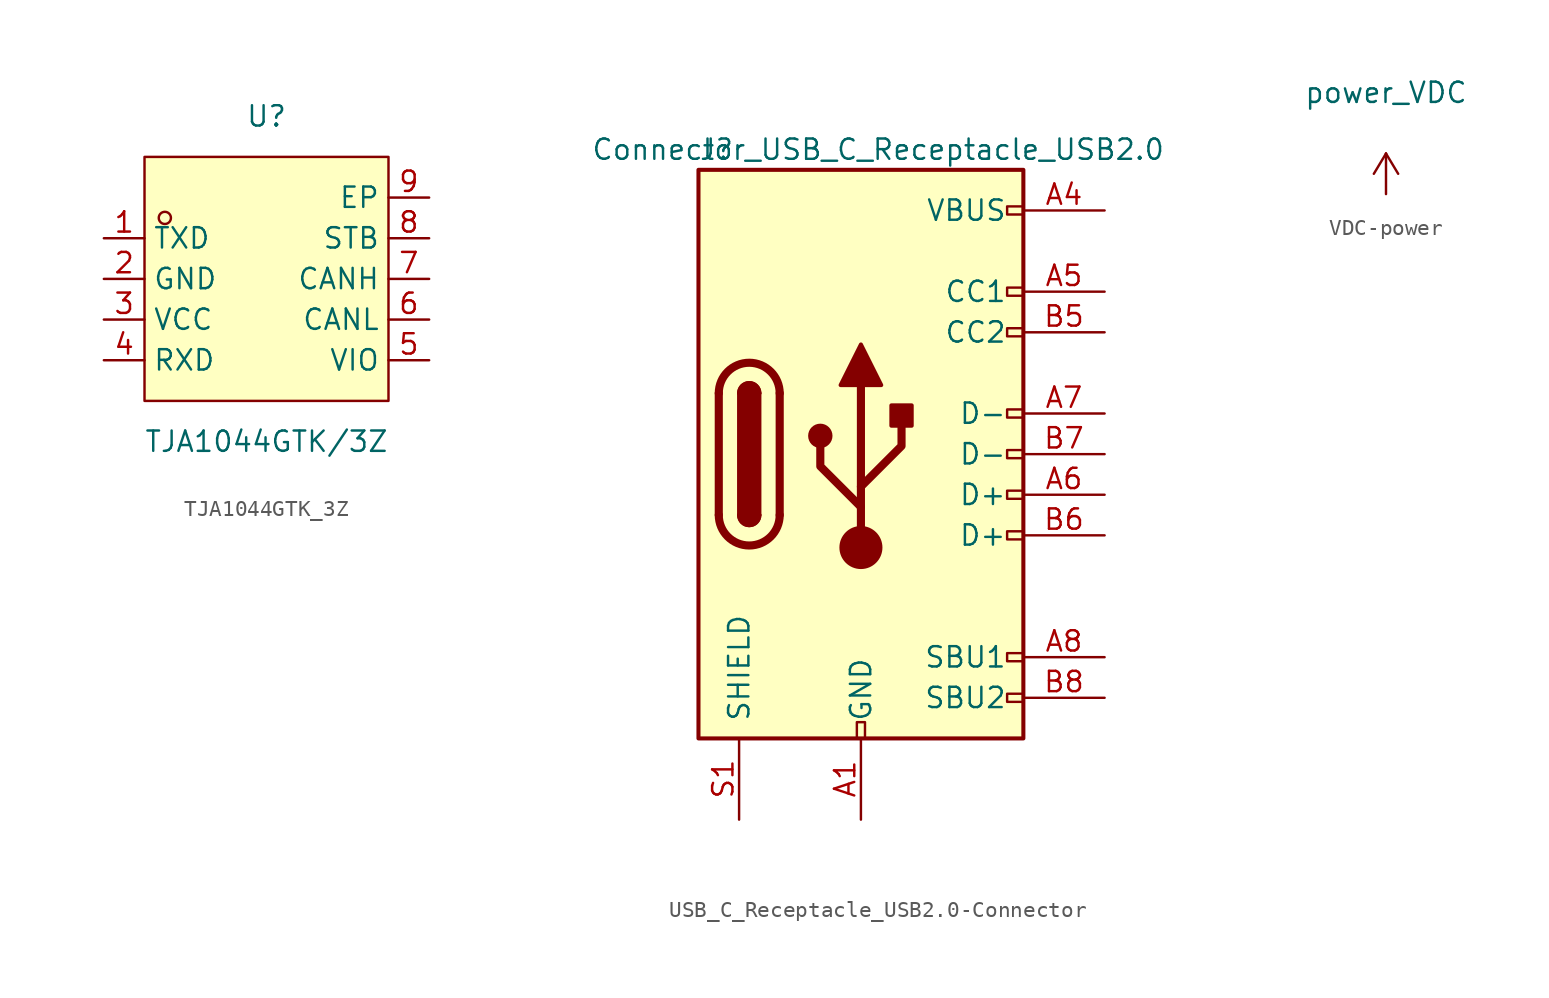
<source format=kicad_sym>
(kicad_symbol_lib
  (version 20241209)
  (generator "kicad_symbol_editor")
  (generator_version "9.0")
  (symbol "TJA1044GTK_3Z"
    (property "Reference" "U"
      (at 0 10.16 0)
      (effects (font (size 1.27 1.27))))
    (property "Value" "TJA1044GTK/3Z"
      (at 0 -10.16 0)
      (effects (font (size 1.27 1.27))))
    (symbol "TJA1044GTK_3Z_0_1"
      (rectangle (start -7.62 7.62) (end 7.62 -7.62) (stroke (width 0) (type default)) (fill (type background)))
      (circle (center -6.35 3.81) (radius 0.38) (stroke (width 0) (type default)) (fill (type none)))
      (pin unspecified line (at -10.16 2.54 0) (length 2.54) (name "TXD" (effects (font (size 1.27 1.27)))) (number "1" (effects (font (size 1.27 1.27)))))
      (pin unspecified line (at -10.16 0 0) (length 2.54) (name "GND" (effects (font (size 1.27 1.27)))) (number "2" (effects (font (size 1.27 1.27)))))
      (pin unspecified line (at -10.16 -2.54 0) (length 2.54) (name "VCC" (effects (font (size 1.27 1.27)))) (number "3" (effects (font (size 1.27 1.27)))))
      (pin unspecified line (at -10.16 -5.08 0) (length 2.54) (name "RXD" (effects (font (size 1.27 1.27)))) (number "4" (effects (font (size 1.27 1.27)))))
      (pin unspecified line (at 10.16 5.08 180) (length 2.54) (name "EP" (effects (font (size 1.27 1.27)))) (number "9" (effects (font (size 1.27 1.27)))))
      (pin unspecified line (at 10.16 2.54 180) (length 2.54) (name "STB" (effects (font (size 1.27 1.27)))) (number "8" (effects (font (size 1.27 1.27)))))
      (pin unspecified line (at 10.16 0 180) (length 2.54) (name "CANH" (effects (font (size 1.27 1.27)))) (number "7" (effects (font (size 1.27 1.27)))))
      (pin unspecified line (at 10.16 -2.54 180) (length 2.54) (name "CANL" (effects (font (size 1.27 1.27)))) (number "6" (effects (font (size 1.27 1.27)))))
      (pin unspecified line (at 10.16 -5.08 180) (length 2.54) (name "VIO" (effects (font (size 1.27 1.27)))) (number "5" (effects (font (size 1.27 1.27)))))))
  (symbol "USB_C_Receptacle_USB2.0-Connector"
    (pin_names
      (offset 1.016))
    (property "Reference" "J"
      (at -10.16 19.05 0)
      (effects (font (size 1.27 1.27)) (justify left)))
    (property "Value" "Connector_USB_C_Receptacle_USB2.0"
      (at 19.05 19.05 0)
      (effects (font (size 1.27 1.27)) (justify right)))
    (symbol "USB_C_Receptacle_USB2.0-Connector_0_0"
      (rectangle (start -0.254 -17.78) (end 0.254 -16.764) (stroke (width 0) (type solid)) (fill (type none)))
      (rectangle (start 10.16 15.494) (end 9.144 14.986) (stroke (width 0) (type solid)) (fill (type none)))
      (rectangle (start 10.16 10.414) (end 9.144 9.906) (stroke (width 0) (type solid)) (fill (type none)))
      (rectangle (start 10.16 7.874) (end 9.144 7.366) (stroke (width 0) (type solid)) (fill (type none)))
      (rectangle (start 10.16 2.794) (end 9.144 2.286) (stroke (width 0) (type solid)) (fill (type none)))
      (rectangle (start 10.16 0.254) (end 9.144 -0.254) (stroke (width 0) (type solid)) (fill (type none)))
      (rectangle (start 10.16 -2.286) (end 9.144 -2.794) (stroke (width 0) (type solid)) (fill (type none)))
      (rectangle (start 10.16 -4.826) (end 9.144 -5.334) (stroke (width 0) (type solid)) (fill (type none)))
      (rectangle (start 10.16 -12.446) (end 9.144 -12.954) (stroke (width 0) (type solid)) (fill (type none)))
      (rectangle (start 10.16 -14.986) (end 9.144 -15.494) (stroke (width 0) (type solid)) (fill (type none))))
    (symbol "USB_C_Receptacle_USB2.0-Connector_0_1"
      (rectangle (start -10.16 17.78) (end 10.16 -17.78) (stroke (width 0.254) (type solid)) (fill (type background)))
      (polyline (pts (xy -8.89 -3.81) (xy -8.89 3.81)) (stroke (width 0.508) (type solid)) (fill (type none)))
      (rectangle (start -7.62 -3.81) (end -6.35 3.81) (stroke (width 0.254) (type solid)) (fill (type outline)))
      (arc (start -8.89 3.81) (mid -6.985 5.715) (end -5.08 3.81) (stroke (width 0.508) (type solid)) (fill (type none)))
      (arc (start -7.62 3.81) (mid -6.985 4.445) (end -6.35 3.81) (stroke (width 0.254) (type solid)) (fill (type none)))
      (arc (start -7.62 3.81) (mid -6.985 4.445) (end -6.35 3.81) (stroke (width 0.254) (type solid)) (fill (type outline)))
      (arc (start -6.35 -3.81) (mid -6.985 -4.445) (end -7.62 -3.81) (stroke (width 0.254) (type solid)) (fill (type none)))
      (arc (start -6.35 -3.81) (mid -6.985 -4.445) (end -7.62 -3.81) (stroke (width 0.254) (type solid)) (fill (type outline)))
      (arc (start -5.08 -3.81) (mid -6.985 -5.715) (end -8.89 -3.81) (stroke (width 0.508) (type solid)) (fill (type none)))
      (polyline (pts (xy -5.08 3.81) (xy -5.08 -3.81)) (stroke (width 0.508) (type solid)) (fill (type none)))
      (circle (center -2.54 1.143) (radius 0.635) (stroke (width 0.254) (type solid)) (fill (type outline)))
      (polyline (pts (xy -1.27 4.318) (xy 0 6.858) (xy 1.27 4.318) (xy -1.27 4.318)) (stroke (width 0.254) (type solid)) (fill (type outline)))
      (polyline (pts (xy 0 -2.032) (xy 2.54 0.508) (xy 2.54 1.778)) (stroke (width 0.508) (type solid)) (fill (type none)))
      (polyline (pts (xy 0 -3.302) (xy -2.54 -0.762) (xy -2.54 0.508)) (stroke (width 0.508) (type solid)) (fill (type none)))
      (polyline (pts (xy 0 -5.842) (xy 0 4.318)) (stroke (width 0.508) (type solid)) (fill (type none)))
      (circle (center 0 -5.842) (radius 1.27) (stroke (width 0) (type solid)) (fill (type outline)))
      (rectangle (start 1.905 1.778) (end 3.175 3.048) (stroke (width 0.254) (type solid)) (fill (type outline))))
    (symbol "USB_C_Receptacle_USB2.0-Connector_1_1"
      (pin passive line (at -7.62 -22.86 90) (length 5.08) (name "SHIELD" (effects (font (size 1.27 1.27)))) (number "S1" (effects (font (size 1.27 1.27)))))
      (pin passive line (at 0 -22.86 90) (length 5.08) (name "GND" (effects (font (size 1.27 1.27)))) (number "A1" (effects (font (size 1.27 1.27)))))
      (pin passive line (at 0 -22.86 90) (length 5.08) (hide yes) (name "GND" (effects (font (size 1.27 1.27)))) (number "A12" (effects (font (size 1.27 1.27)))))
      (pin passive line (at 0 -22.86 90) (length 5.08) (hide yes) (name "GND" (effects (font (size 1.27 1.27)))) (number "B1" (effects (font (size 1.27 1.27)))))
      (pin passive line (at 0 -22.86 90) (length 5.08) (hide yes) (name "GND" (effects (font (size 1.27 1.27)))) (number "B12" (effects (font (size 1.27 1.27)))))
      (pin passive line (at 15.24 15.24 180) (length 5.08) (name "VBUS" (effects (font (size 1.27 1.27)))) (number "A4" (effects (font (size 1.27 1.27)))))
      (pin passive line (at 15.24 15.24 180) (length 5.08) (hide yes) (name "VBUS" (effects (font (size 1.27 1.27)))) (number "A9" (effects (font (size 1.27 1.27)))))
      (pin passive line (at 15.24 15.24 180) (length 5.08) (hide yes) (name "VBUS" (effects (font (size 1.27 1.27)))) (number "B4" (effects (font (size 1.27 1.27)))))
      (pin passive line (at 15.24 15.24 180) (length 5.08) (hide yes) (name "VBUS" (effects (font (size 1.27 1.27)))) (number "B9" (effects (font (size 1.27 1.27)))))
      (pin bidirectional line (at 15.24 10.16 180) (length 5.08) (name "CC1" (effects (font (size 1.27 1.27)))) (number "A5" (effects (font (size 1.27 1.27)))))
      (pin bidirectional line (at 15.24 7.62 180) (length 5.08) (name "CC2" (effects (font (size 1.27 1.27)))) (number "B5" (effects (font (size 1.27 1.27)))))
      (pin bidirectional line (at 15.24 2.54 180) (length 5.08) (name "D-" (effects (font (size 1.27 1.27)))) (number "A7" (effects (font (size 1.27 1.27)))))
      (pin bidirectional line (at 15.24 0 180) (length 5.08) (name "D-" (effects (font (size 1.27 1.27)))) (number "B7" (effects (font (size 1.27 1.27)))))
      (pin bidirectional line (at 15.24 -2.54 180) (length 5.08) (name "D+" (effects (font (size 1.27 1.27)))) (number "A6" (effects (font (size 1.27 1.27)))))
      (pin bidirectional line (at 15.24 -5.08 180) (length 5.08) (name "D+" (effects (font (size 1.27 1.27)))) (number "B6" (effects (font (size 1.27 1.27)))))
      (pin bidirectional line (at 15.24 -12.7 180) (length 5.08) (name "SBU1" (effects (font (size 1.27 1.27)))) (number "A8" (effects (font (size 1.27 1.27)))))
      (pin bidirectional line (at 15.24 -15.24 180) (length 5.08) (name "SBU2" (effects (font (size 1.27 1.27)))) (number "B8" (effects (font (size 1.27 1.27)))))))
  (symbol "VDC-power"
    (power)
    (pin_names
      (offset 0))
    (property "Reference" "#PWR"
      (at 0 -2.54 0)
      (effects (font (size 1.27 1.27)) (hide yes)))
    (property "Value" "power_VDC"
      (at 0 6.35 0)
      (effects (font (size 1.27 1.27))))
    (symbol "VDC-power_0_1"
      (polyline (pts (xy -0.762 1.27) (xy 0 2.54)) (stroke (width 0) (type solid)) (fill (type none)))
      (polyline (pts (xy 0 2.54) (xy 0.762 1.27)) (stroke (width 0) (type solid)) (fill (type none)))
      (polyline (pts (xy 0 0) (xy 0 2.54)) (stroke (width 0) (type solid)) (fill (type none))))
    (symbol "VDC-power_1_1"
      (pin power_in line (at 0 0 90) (length 0) (hide yes) (name "VDC" (effects (font (size 1.27 1.27)))) (number "1" (effects (font (size 1.27 1.27))))))))
</source>
